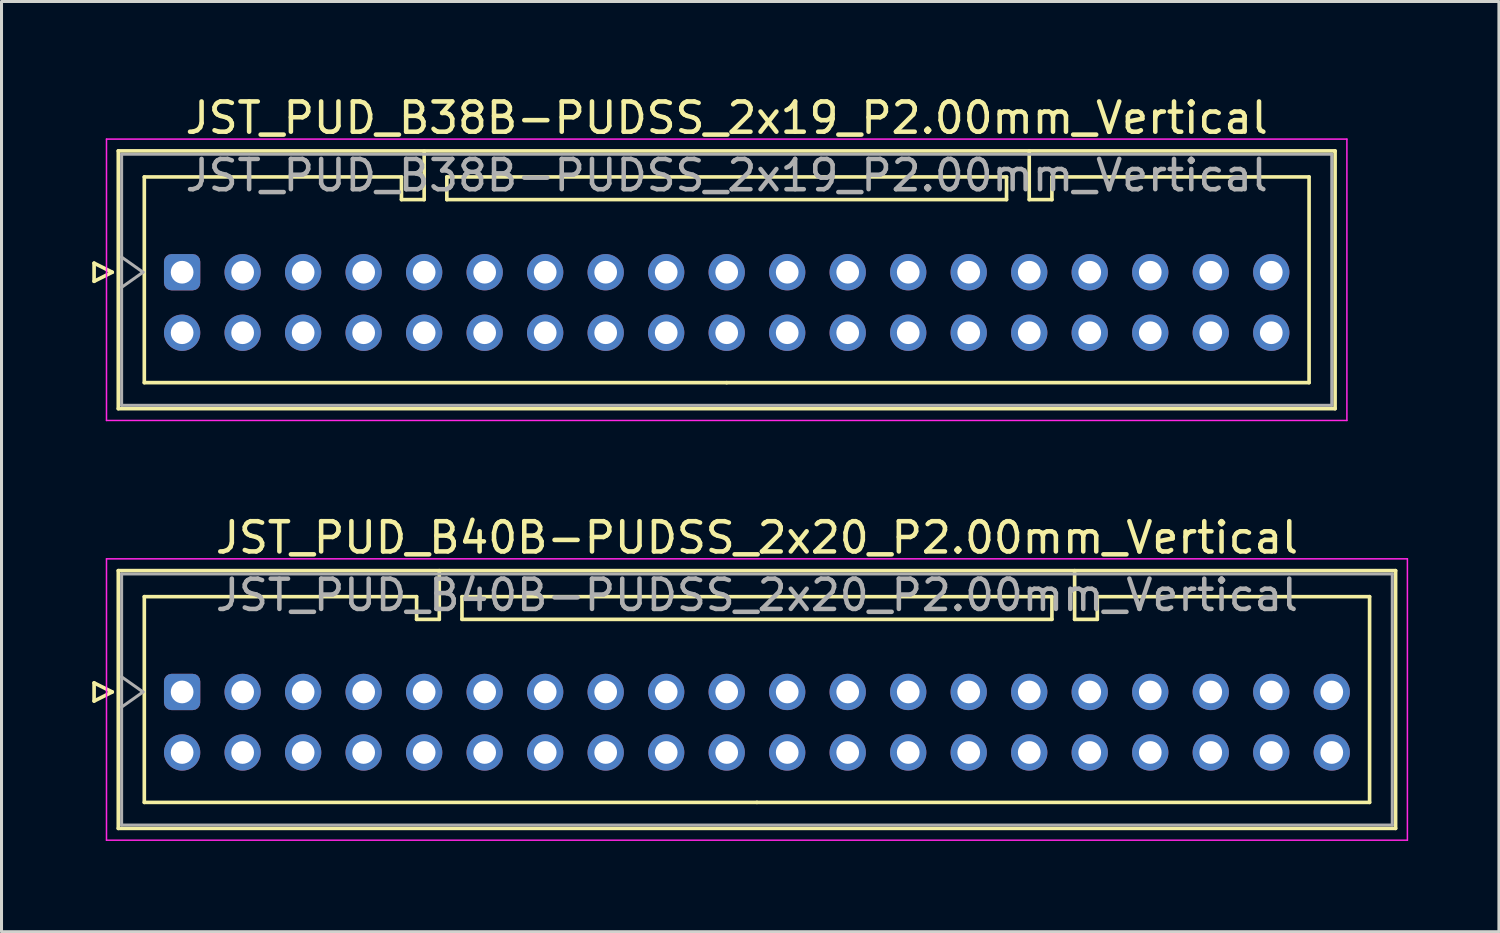
<source format=kicad_pcb>
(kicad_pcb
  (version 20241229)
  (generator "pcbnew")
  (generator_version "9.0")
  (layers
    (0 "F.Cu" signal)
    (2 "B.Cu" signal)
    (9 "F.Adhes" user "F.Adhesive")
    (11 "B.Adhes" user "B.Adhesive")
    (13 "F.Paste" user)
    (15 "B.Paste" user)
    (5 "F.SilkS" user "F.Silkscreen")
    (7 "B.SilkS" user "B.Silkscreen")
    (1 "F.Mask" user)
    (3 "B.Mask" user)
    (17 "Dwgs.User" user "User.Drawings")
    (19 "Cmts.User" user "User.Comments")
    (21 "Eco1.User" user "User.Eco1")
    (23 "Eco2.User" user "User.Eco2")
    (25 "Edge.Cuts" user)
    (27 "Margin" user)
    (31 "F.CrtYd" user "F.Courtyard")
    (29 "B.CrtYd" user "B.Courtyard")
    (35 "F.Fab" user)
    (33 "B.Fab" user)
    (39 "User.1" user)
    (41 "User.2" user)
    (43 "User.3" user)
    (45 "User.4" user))
  (footprint "JST_PUD_B40B-PUDSS_2x20_P2.00mm_Vertical"
    (layer "F.Cu")
    (at 2.97 19.822)
    (property "Reference" "JST_PUD_B40B-PUDSS_2x20_P2.00mm_Vertical" (at 19 -5.1 0) (layer "F.SilkS") (effects (font (size 1 1) (thickness 0.15))))
    (attr through_hole)
    (fp_line (start -2.91 -0.3) (end -2.31 0) (stroke (width 0.12) (type solid)) (layer "F.SilkS"))
    (fp_line (start -2.91 0.3) (end -2.91 -0.3) (stroke (width 0.12) (type solid)) (layer "F.SilkS"))
    (fp_line (start -2.31 0) (end -2.91 0.3) (stroke (width 0.12) (type solid)) (layer "F.SilkS"))
    (fp_line (start -2.11 -4.01) (end -2.11 4.51) (stroke (width 0.12) (type solid)) (layer "F.SilkS"))
    (fp_line (start -2.11 4.51) (end 40.11 4.51) (stroke (width 0.12) (type solid)) (layer "F.SilkS"))
    (fp_line (start -1.25 -3.15) (end -1.25 3.65) (stroke (width 0.12) (type solid)) (layer "F.SilkS"))
    (fp_line (start -1.25 3.65) (end 19 3.65) (stroke (width 0.12) (type solid)) (layer "F.SilkS"))
    (fp_line (start 7.75 -3.15) (end -1.25 -3.15) (stroke (width 0.12) (type solid)) (layer "F.SilkS"))
    (fp_line (start 7.75 -2.4) (end 7.75 -3.15) (stroke (width 0.12) (type solid)) (layer "F.SilkS"))
    (fp_line (start 8.5 -4.01) (end 8.5 -2.4) (stroke (width 0.12) (type solid)) (layer "F.SilkS"))
    (fp_line (start 8.5 -2.4) (end 7.75 -2.4) (stroke (width 0.12) (type solid)) (layer "F.SilkS"))
    (fp_line (start 9.25 -3.15) (end 9.25 -2.4) (stroke (width 0.12) (type solid)) (layer "F.SilkS"))
    (fp_line (start 9.25 -2.4) (end 28.75 -2.4) (stroke (width 0.12) (type solid)) (layer "F.SilkS"))
    (fp_line (start 28.75 -3.15) (end 9.25 -3.15) (stroke (width 0.12) (type solid)) (layer "F.SilkS"))
    (fp_line (start 28.75 -2.4) (end 28.75 -3.15) (stroke (width 0.12) (type solid)) (layer "F.SilkS"))
    (fp_line (start 29.5 -4.01) (end 29.5 -2.4) (stroke (width 0.12) (type solid)) (layer "F.SilkS"))
    (fp_line (start 29.5 -2.4) (end 30.25 -2.4) (stroke (width 0.12) (type solid)) (layer "F.SilkS"))
    (fp_line (start 30.25 -3.15) (end 39.25 -3.15) (stroke (width 0.12) (type solid)) (layer "F.SilkS"))
    (fp_line (start 30.25 -2.4) (end 30.25 -3.15) (stroke (width 0.12) (type solid)) (layer "F.SilkS"))
    (fp_line (start 39.25 -3.15) (end 39.25 3.65) (stroke (width 0.12) (type solid)) (layer "F.SilkS"))
    (fp_line (start 39.25 3.65) (end 19 3.65) (stroke (width 0.12) (type solid)) (layer "F.SilkS"))
    (fp_line (start 40.11 -4.01) (end -2.11 -4.01) (stroke (width 0.12) (type solid)) (layer "F.SilkS"))
    (fp_line (start 40.11 4.51) (end 40.11 -4.01) (stroke (width 0.12) (type solid)) (layer "F.SilkS"))
    (fp_line (start -2.5 -4.4) (end -2.5 4.9) (stroke (width 0.05) (type solid)) (layer "F.CrtYd"))
    (fp_line (start -2.5 4.9) (end 40.5 4.9) (stroke (width 0.05) (type solid)) (layer "F.CrtYd"))
    (fp_line (start 40.5 -4.4) (end -2.5 -4.4) (stroke (width 0.05) (type solid)) (layer "F.CrtYd"))
    (fp_line (start 40.5 4.9) (end 40.5 -4.4) (stroke (width 0.05) (type solid)) (layer "F.CrtYd"))
    (fp_line (start -2 -3.9) (end -2 4.4) (stroke (width 0.1) (type solid)) (layer "F.Fab"))
    (fp_line (start -2 0.5) (end -1.293 0) (stroke (width 0.1) (type solid)) (layer "F.Fab"))
    (fp_line (start -2 4.4) (end 40 4.4) (stroke (width 0.1) (type solid)) (layer "F.Fab"))
    (fp_line (start -1.293 0) (end -2 -0.5) (stroke (width 0.1) (type solid)) (layer "F.Fab"))
    (fp_line (start 40 -3.9) (end -2 -3.9) (stroke (width 0.1) (type solid)) (layer "F.Fab"))
    (fp_line (start 40 4.4) (end 40 -3.9) (stroke (width 0.1) (type solid)) (layer "F.Fab"))
    (fp_text user "${REFERENCE}" (at 19 -3.2 0) (layer "F.Fab") (effects (font (size 1 1) (thickness 0.15))))
    (pad "1" thru_hole roundrect (at 0 0) (size 1.2 1.2) (drill 0.75) (layers "*.Cu" "*.Mask") (roundrect_rratio 0.208))
    (pad "2" thru_hole circle (at 0 2) (size 1.2 1.2) (drill 0.75) (layers "*.Cu" "*.Mask"))
    (pad "3" thru_hole circle (at 2 0) (size 1.2 1.2) (drill 0.75) (layers "*.Cu" "*.Mask"))
    (pad "4" thru_hole circle (at 2 2) (size 1.2 1.2) (drill 0.75) (layers "*.Cu" "*.Mask"))
    (pad "5" thru_hole circle (at 4 0) (size 1.2 1.2) (drill 0.75) (layers "*.Cu" "*.Mask"))
    (pad "6" thru_hole circle (at 4 2) (size 1.2 1.2) (drill 0.75) (layers "*.Cu" "*.Mask"))
    (pad "7" thru_hole circle (at 6 0) (size 1.2 1.2) (drill 0.75) (layers "*.Cu" "*.Mask"))
    (pad "8" thru_hole circle (at 6 2) (size 1.2 1.2) (drill 0.75) (layers "*.Cu" "*.Mask"))
    (pad "9" thru_hole circle (at 8 0) (size 1.2 1.2) (drill 0.75) (layers "*.Cu" "*.Mask"))
    (pad "10" thru_hole circle (at 8 2) (size 1.2 1.2) (drill 0.75) (layers "*.Cu" "*.Mask"))
    (pad "11" thru_hole circle (at 10 0) (size 1.2 1.2) (drill 0.75) (layers "*.Cu" "*.Mask"))
    (pad "12" thru_hole circle (at 10 2) (size 1.2 1.2) (drill 0.75) (layers "*.Cu" "*.Mask"))
    (pad "13" thru_hole circle (at 12 0) (size 1.2 1.2) (drill 0.75) (layers "*.Cu" "*.Mask"))
    (pad "14" thru_hole circle (at 12 2) (size 1.2 1.2) (drill 0.75) (layers "*.Cu" "*.Mask"))
    (pad "15" thru_hole circle (at 14 0) (size 1.2 1.2) (drill 0.75) (layers "*.Cu" "*.Mask"))
    (pad "16" thru_hole circle (at 14 2) (size 1.2 1.2) (drill 0.75) (layers "*.Cu" "*.Mask"))
    (pad "17" thru_hole circle (at 16 0) (size 1.2 1.2) (drill 0.75) (layers "*.Cu" "*.Mask"))
    (pad "18" thru_hole circle (at 16 2) (size 1.2 1.2) (drill 0.75) (layers "*.Cu" "*.Mask"))
    (pad "19" thru_hole circle (at 18 0) (size 1.2 1.2) (drill 0.75) (layers "*.Cu" "*.Mask"))
    (pad "20" thru_hole circle (at 18 2) (size 1.2 1.2) (drill 0.75) (layers "*.Cu" "*.Mask"))
    (pad "21" thru_hole circle (at 20 0) (size 1.2 1.2) (drill 0.75) (layers "*.Cu" "*.Mask"))
    (pad "22" thru_hole circle (at 20 2) (size 1.2 1.2) (drill 0.75) (layers "*.Cu" "*.Mask"))
    (pad "23" thru_hole circle (at 22 0) (size 1.2 1.2) (drill 0.75) (layers "*.Cu" "*.Mask"))
    (pad "24" thru_hole circle (at 22 2) (size 1.2 1.2) (drill 0.75) (layers "*.Cu" "*.Mask"))
    (pad "25" thru_hole circle (at 24 0) (size 1.2 1.2) (drill 0.75) (layers "*.Cu" "*.Mask"))
    (pad "26" thru_hole circle (at 24 2) (size 1.2 1.2) (drill 0.75) (layers "*.Cu" "*.Mask"))
    (pad "27" thru_hole circle (at 26 0) (size 1.2 1.2) (drill 0.75) (layers "*.Cu" "*.Mask"))
    (pad "28" thru_hole circle (at 26 2) (size 1.2 1.2) (drill 0.75) (layers "*.Cu" "*.Mask"))
    (pad "29" thru_hole circle (at 28 0) (size 1.2 1.2) (drill 0.75) (layers "*.Cu" "*.Mask"))
    (pad "30" thru_hole circle (at 28 2) (size 1.2 1.2) (drill 0.75) (layers "*.Cu" "*.Mask"))
    (pad "31" thru_hole circle (at 30 0) (size 1.2 1.2) (drill 0.75) (layers "*.Cu" "*.Mask"))
    (pad "32" thru_hole circle (at 30 2) (size 1.2 1.2) (drill 0.75) (layers "*.Cu" "*.Mask"))
    (pad "33" thru_hole circle (at 32 0) (size 1.2 1.2) (drill 0.75) (layers "*.Cu" "*.Mask"))
    (pad "34" thru_hole circle (at 32 2) (size 1.2 1.2) (drill 0.75) (layers "*.Cu" "*.Mask"))
    (pad "35" thru_hole circle (at 34 0) (size 1.2 1.2) (drill 0.75) (layers "*.Cu" "*.Mask"))
    (pad "36" thru_hole circle (at 34 2) (size 1.2 1.2) (drill 0.75) (layers "*.Cu" "*.Mask"))
    (pad "37" thru_hole circle (at 36 0) (size 1.2 1.2) (drill 0.75) (layers "*.Cu" "*.Mask"))
    (pad "38" thru_hole circle (at 36 2) (size 1.2 1.2) (drill 0.75) (layers "*.Cu" "*.Mask"))
    (pad "39" thru_hole circle (at 38 0) (size 1.2 1.2) (drill 0.75) (layers "*.Cu" "*.Mask"))
    (pad "40" thru_hole circle (at 38 2) (size 1.2 1.2) (drill 0.75) (layers "*.Cu" "*.Mask")))
  (footprint "JST_PUD_B38B-PUDSS_2x19_P2.00mm_Vertical"
    (layer "F.Cu")
    (at 2.97 5.948)
    (property "Reference" "JST_PUD_B38B-PUDSS_2x19_P2.00mm_Vertical" (at 18 -5.1 0) (layer "F.SilkS") (effects (font (size 1 1) (thickness 0.15))))
    (attr through_hole)
    (fp_line (start -2.91 -0.3) (end -2.31 0) (stroke (width 0.12) (type solid)) (layer "F.SilkS"))
    (fp_line (start -2.91 0.3) (end -2.91 -0.3) (stroke (width 0.12) (type solid)) (layer "F.SilkS"))
    (fp_line (start -2.31 0) (end -2.91 0.3) (stroke (width 0.12) (type solid)) (layer "F.SilkS"))
    (fp_line (start -2.11 -4.01) (end -2.11 4.51) (stroke (width 0.12) (type solid)) (layer "F.SilkS"))
    (fp_line (start -2.11 4.51) (end 38.11 4.51) (stroke (width 0.12) (type solid)) (layer "F.SilkS"))
    (fp_line (start -1.25 -3.15) (end -1.25 3.65) (stroke (width 0.12) (type solid)) (layer "F.SilkS"))
    (fp_line (start -1.25 3.65) (end 18 3.65) (stroke (width 0.12) (type solid)) (layer "F.SilkS"))
    (fp_line (start 7.25 -3.15) (end -1.25 -3.15) (stroke (width 0.12) (type solid)) (layer "F.SilkS"))
    (fp_line (start 7.25 -2.4) (end 7.25 -3.15) (stroke (width 0.12) (type solid)) (layer "F.SilkS"))
    (fp_line (start 8 -4.01) (end 8 -2.4) (stroke (width 0.12) (type solid)) (layer "F.SilkS"))
    (fp_line (start 8 -2.4) (end 7.25 -2.4) (stroke (width 0.12) (type solid)) (layer "F.SilkS"))
    (fp_line (start 8.75 -3.15) (end 8.75 -2.4) (stroke (width 0.12) (type solid)) (layer "F.SilkS"))
    (fp_line (start 8.75 -2.4) (end 27.25 -2.4) (stroke (width 0.12) (type solid)) (layer "F.SilkS"))
    (fp_line (start 27.25 -3.15) (end 8.75 -3.15) (stroke (width 0.12) (type solid)) (layer "F.SilkS"))
    (fp_line (start 27.25 -2.4) (end 27.25 -3.15) (stroke (width 0.12) (type solid)) (layer "F.SilkS"))
    (fp_line (start 28 -4.01) (end 28 -2.4) (stroke (width 0.12) (type solid)) (layer "F.SilkS"))
    (fp_line (start 28 -2.4) (end 28.75 -2.4) (stroke (width 0.12) (type solid)) (layer "F.SilkS"))
    (fp_line (start 28.75 -3.15) (end 37.25 -3.15) (stroke (width 0.12) (type solid)) (layer "F.SilkS"))
    (fp_line (start 28.75 -2.4) (end 28.75 -3.15) (stroke (width 0.12) (type solid)) (layer "F.SilkS"))
    (fp_line (start 37.25 -3.15) (end 37.25 3.65) (stroke (width 0.12) (type solid)) (layer "F.SilkS"))
    (fp_line (start 37.25 3.65) (end 18 3.65) (stroke (width 0.12) (type solid)) (layer "F.SilkS"))
    (fp_line (start 38.11 -4.01) (end -2.11 -4.01) (stroke (width 0.12) (type solid)) (layer "F.SilkS"))
    (fp_line (start 38.11 4.51) (end 38.11 -4.01) (stroke (width 0.12) (type solid)) (layer "F.SilkS"))
    (fp_line (start -2.5 -4.4) (end -2.5 4.9) (stroke (width 0.05) (type solid)) (layer "F.CrtYd"))
    (fp_line (start -2.5 4.9) (end 38.5 4.9) (stroke (width 0.05) (type solid)) (layer "F.CrtYd"))
    (fp_line (start 38.5 -4.4) (end -2.5 -4.4) (stroke (width 0.05) (type solid)) (layer "F.CrtYd"))
    (fp_line (start 38.5 4.9) (end 38.5 -4.4) (stroke (width 0.05) (type solid)) (layer "F.CrtYd"))
    (fp_line (start -2 -3.9) (end -2 4.4) (stroke (width 0.1) (type solid)) (layer "F.Fab"))
    (fp_line (start -2 0.5) (end -1.293 0) (stroke (width 0.1) (type solid)) (layer "F.Fab"))
    (fp_line (start -2 4.4) (end 38 4.4) (stroke (width 0.1) (type solid)) (layer "F.Fab"))
    (fp_line (start -1.293 0) (end -2 -0.5) (stroke (width 0.1) (type solid)) (layer "F.Fab"))
    (fp_line (start 38 -3.9) (end -2 -3.9) (stroke (width 0.1) (type solid)) (layer "F.Fab"))
    (fp_line (start 38 4.4) (end 38 -3.9) (stroke (width 0.1) (type solid)) (layer "F.Fab"))
    (fp_text user "${REFERENCE}" (at 18 -3.2 0) (layer "F.Fab") (effects (font (size 1 1) (thickness 0.15))))
    (pad "1" thru_hole roundrect (at 0 0) (size 1.2 1.2) (drill 0.75) (layers "*.Cu" "*.Mask") (roundrect_rratio 0.208))
    (pad "2" thru_hole circle (at 0 2) (size 1.2 1.2) (drill 0.75) (layers "*.Cu" "*.Mask"))
    (pad "3" thru_hole circle (at 2 0) (size 1.2 1.2) (drill 0.75) (layers "*.Cu" "*.Mask"))
    (pad "4" thru_hole circle (at 2 2) (size 1.2 1.2) (drill 0.75) (layers "*.Cu" "*.Mask"))
    (pad "5" thru_hole circle (at 4 0) (size 1.2 1.2) (drill 0.75) (layers "*.Cu" "*.Mask"))
    (pad "6" thru_hole circle (at 4 2) (size 1.2 1.2) (drill 0.75) (layers "*.Cu" "*.Mask"))
    (pad "7" thru_hole circle (at 6 0) (size 1.2 1.2) (drill 0.75) (layers "*.Cu" "*.Mask"))
    (pad "8" thru_hole circle (at 6 2) (size 1.2 1.2) (drill 0.75) (layers "*.Cu" "*.Mask"))
    (pad "9" thru_hole circle (at 8 0) (size 1.2 1.2) (drill 0.75) (layers "*.Cu" "*.Mask"))
    (pad "10" thru_hole circle (at 8 2) (size 1.2 1.2) (drill 0.75) (layers "*.Cu" "*.Mask"))
    (pad "11" thru_hole circle (at 10 0) (size 1.2 1.2) (drill 0.75) (layers "*.Cu" "*.Mask"))
    (pad "12" thru_hole circle (at 10 2) (size 1.2 1.2) (drill 0.75) (layers "*.Cu" "*.Mask"))
    (pad "13" thru_hole circle (at 12 0) (size 1.2 1.2) (drill 0.75) (layers "*.Cu" "*.Mask"))
    (pad "14" thru_hole circle (at 12 2) (size 1.2 1.2) (drill 0.75) (layers "*.Cu" "*.Mask"))
    (pad "15" thru_hole circle (at 14 0) (size 1.2 1.2) (drill 0.75) (layers "*.Cu" "*.Mask"))
    (pad "16" thru_hole circle (at 14 2) (size 1.2 1.2) (drill 0.75) (layers "*.Cu" "*.Mask"))
    (pad "17" thru_hole circle (at 16 0) (size 1.2 1.2) (drill 0.75) (layers "*.Cu" "*.Mask"))
    (pad "18" thru_hole circle (at 16 2) (size 1.2 1.2) (drill 0.75) (layers "*.Cu" "*.Mask"))
    (pad "19" thru_hole circle (at 18 0) (size 1.2 1.2) (drill 0.75) (layers "*.Cu" "*.Mask"))
    (pad "20" thru_hole circle (at 18 2) (size 1.2 1.2) (drill 0.75) (layers "*.Cu" "*.Mask"))
    (pad "21" thru_hole circle (at 20 0) (size 1.2 1.2) (drill 0.75) (layers "*.Cu" "*.Mask"))
    (pad "22" thru_hole circle (at 20 2) (size 1.2 1.2) (drill 0.75) (layers "*.Cu" "*.Mask"))
    (pad "23" thru_hole circle (at 22 0) (size 1.2 1.2) (drill 0.75) (layers "*.Cu" "*.Mask"))
    (pad "24" thru_hole circle (at 22 2) (size 1.2 1.2) (drill 0.75) (layers "*.Cu" "*.Mask"))
    (pad "25" thru_hole circle (at 24 0) (size 1.2 1.2) (drill 0.75) (layers "*.Cu" "*.Mask"))
    (pad "26" thru_hole circle (at 24 2) (size 1.2 1.2) (drill 0.75) (layers "*.Cu" "*.Mask"))
    (pad "27" thru_hole circle (at 26 0) (size 1.2 1.2) (drill 0.75) (layers "*.Cu" "*.Mask"))
    (pad "28" thru_hole circle (at 26 2) (size 1.2 1.2) (drill 0.75) (layers "*.Cu" "*.Mask"))
    (pad "29" thru_hole circle (at 28 0) (size 1.2 1.2) (drill 0.75) (layers "*.Cu" "*.Mask"))
    (pad "30" thru_hole circle (at 28 2) (size 1.2 1.2) (drill 0.75) (layers "*.Cu" "*.Mask"))
    (pad "31" thru_hole circle (at 30 0) (size 1.2 1.2) (drill 0.75) (layers "*.Cu" "*.Mask"))
    (pad "32" thru_hole circle (at 30 2) (size 1.2 1.2) (drill 0.75) (layers "*.Cu" "*.Mask"))
    (pad "33" thru_hole circle (at 32 0) (size 1.2 1.2) (drill 0.75) (layers "*.Cu" "*.Mask"))
    (pad "34" thru_hole circle (at 32 2) (size 1.2 1.2) (drill 0.75) (layers "*.Cu" "*.Mask"))
    (pad "35" thru_hole circle (at 34 0) (size 1.2 1.2) (drill 0.75) (layers "*.Cu" "*.Mask"))
    (pad "36" thru_hole circle (at 34 2) (size 1.2 1.2) (drill 0.75) (layers "*.Cu" "*.Mask"))
    (pad "37" thru_hole circle (at 36 0) (size 1.2 1.2) (drill 0.75) (layers "*.Cu" "*.Mask"))
    (pad "38" thru_hole circle (at 36 2) (size 1.2 1.2) (drill 0.75) (layers "*.Cu" "*.Mask")))
  (gr_rect
    (start -3 -3)
    (end 46.495 27.747)
    (stroke (width 0.1) (type default))
    (fill no)
    (layer "Edge.Cuts")))
</source>
